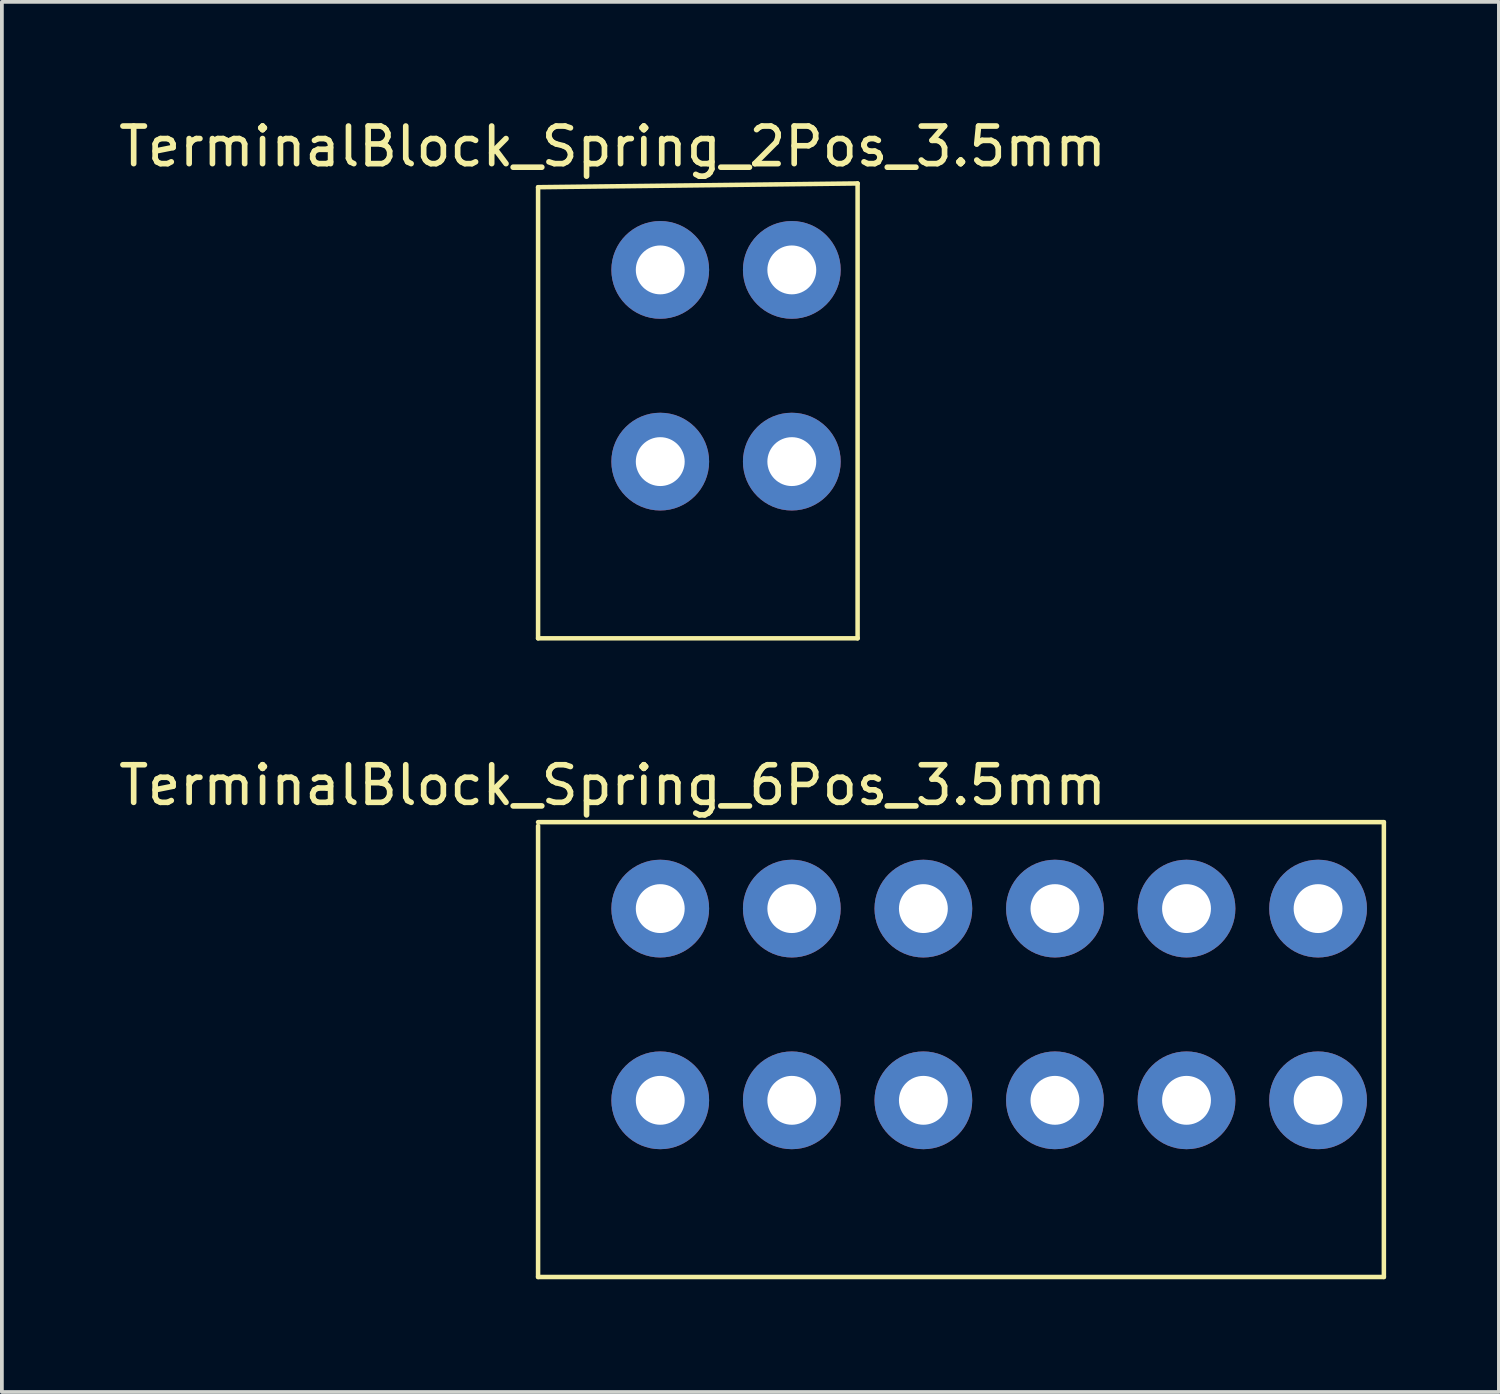
<source format=kicad_pcb>
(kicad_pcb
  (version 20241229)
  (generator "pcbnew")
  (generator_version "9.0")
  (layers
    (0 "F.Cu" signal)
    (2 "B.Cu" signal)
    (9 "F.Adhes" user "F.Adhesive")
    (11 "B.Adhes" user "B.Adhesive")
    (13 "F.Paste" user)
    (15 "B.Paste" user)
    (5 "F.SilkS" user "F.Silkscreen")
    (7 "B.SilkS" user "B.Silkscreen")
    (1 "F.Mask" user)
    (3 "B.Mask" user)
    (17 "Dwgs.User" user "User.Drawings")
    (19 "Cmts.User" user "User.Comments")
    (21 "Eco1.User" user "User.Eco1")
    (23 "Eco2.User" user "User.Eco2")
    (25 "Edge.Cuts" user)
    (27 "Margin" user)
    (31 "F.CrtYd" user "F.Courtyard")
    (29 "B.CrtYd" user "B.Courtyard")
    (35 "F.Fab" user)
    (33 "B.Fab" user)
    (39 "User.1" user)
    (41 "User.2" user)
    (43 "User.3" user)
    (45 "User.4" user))
  (footprint "TerminalBlock_Spring_6Pos_3.5mm"
    (layer "F.Cu")
    (at 14.514 26.221)
    (property "Reference" "TerminalBlock_Spring_6Pos_3.5mm" (at -1.27 -8.382 0) (layer "F.SilkS") (effects (font (size 1 1) (thickness 0.15))))
    (attr through_hole)
    (fp_line (start -3.25 -7.4) (end 19.25 -7.4) (stroke (width 0.12) (type solid)) (layer "F.SilkS"))
    (fp_line (start -3.25 -7.3) (end -3.25 4.7) (stroke (width 0.12) (type solid)) (layer "F.SilkS"))
    (fp_line (start -3.25 4.7) (end 19.25 4.7) (stroke (width 0.12) (type solid)) (layer "F.SilkS"))
    (fp_line (start 19.25 4.7) (end 19.25 -7.4) (stroke (width 0.12) (type solid)) (layer "F.SilkS"))
    (pad "1" thru_hole circle (at 0 -5.1) (size 2.6 2.6) (drill 1.3) (layers "*.Cu" "*.Mask"))
    (pad "1" thru_hole circle (at 0 0) (size 2.6 2.6) (drill 1.3) (layers "*.Cu" "*.Mask"))
    (pad "2" thru_hole circle (at 3.5 -5.1) (size 2.6 2.6) (drill 1.3) (layers "*.Cu" "*.Mask"))
    (pad "2" thru_hole circle (at 3.5 0) (size 2.6 2.6) (drill 1.3) (layers "*.Cu" "*.Mask"))
    (pad "3" thru_hole circle (at 7 -5.1) (size 2.6 2.6) (drill 1.3) (layers "*.Cu" "*.Mask"))
    (pad "3" thru_hole circle (at 7 0) (size 2.6 2.6) (drill 1.3) (layers "*.Cu" "*.Mask"))
    (pad "4" thru_hole circle (at 10.5 -5.1) (size 2.6 2.6) (drill 1.3) (layers "*.Cu" "*.Mask"))
    (pad "4" thru_hole circle (at 10.5 0) (size 2.6 2.6) (drill 1.3) (layers "*.Cu" "*.Mask"))
    (pad "5" thru_hole circle (at 14 -5.1) (size 2.6 2.6) (drill 1.3) (layers "*.Cu" "*.Mask"))
    (pad "5" thru_hole circle (at 14 0) (size 2.6 2.6) (drill 1.3) (layers "*.Cu" "*.Mask"))
    (pad "6" thru_hole circle (at 17.5 -5.1) (size 2.6 2.6) (drill 1.3) (layers "*.Cu" "*.Mask"))
    (pad "6" thru_hole circle (at 17.5 0) (size 2.6 2.6) (drill 1.3) (layers "*.Cu" "*.Mask")))
  (footprint "TerminalBlock_Spring_2Pos_3.5mm"
    (layer "F.Cu")
    (at 14.514 9.23)
    (property "Reference" "TerminalBlock_Spring_2Pos_3.5mm" (at -1.27 -8.382 0) (layer "F.SilkS") (effects (font (size 1 1) (thickness 0.15))))
    (attr through_hole)
    (fp_line (start -3.25 -7.3) (end -3.25 4.7) (stroke (width 0.12) (type solid)) (layer "F.SilkS"))
    (fp_line (start -3.25 -7.3) (end 5.25 -7.4) (stroke (width 0.12) (type solid)) (layer "F.SilkS"))
    (fp_line (start 5.25 4.7) (end -3.25 4.7) (stroke (width 0.12) (type solid)) (layer "F.SilkS"))
    (fp_line (start 5.25 4.7) (end 5.25 -7.4) (stroke (width 0.12) (type solid)) (layer "F.SilkS"))
    (pad "1" thru_hole circle (at 0 -5.1) (size 2.6 2.6) (drill 1.3) (layers "*.Cu" "*.Mask"))
    (pad "1" thru_hole circle (at 0 0) (size 2.6 2.6) (drill 1.3) (layers "*.Cu" "*.Mask"))
    (pad "2" thru_hole circle (at 3.5 -5.1) (size 2.6 2.6) (drill 1.3) (layers "*.Cu" "*.Mask"))
    (pad "2" thru_hole circle (at 3.5 0) (size 2.6 2.6) (drill 1.3) (layers "*.Cu" "*.Mask")))
  (gr_rect
    (start -3 -3)
    (end 36.824 33.98)
    (stroke (width 0.1) (type default))
    (fill no)
    (layer "Edge.Cuts")))
</source>
